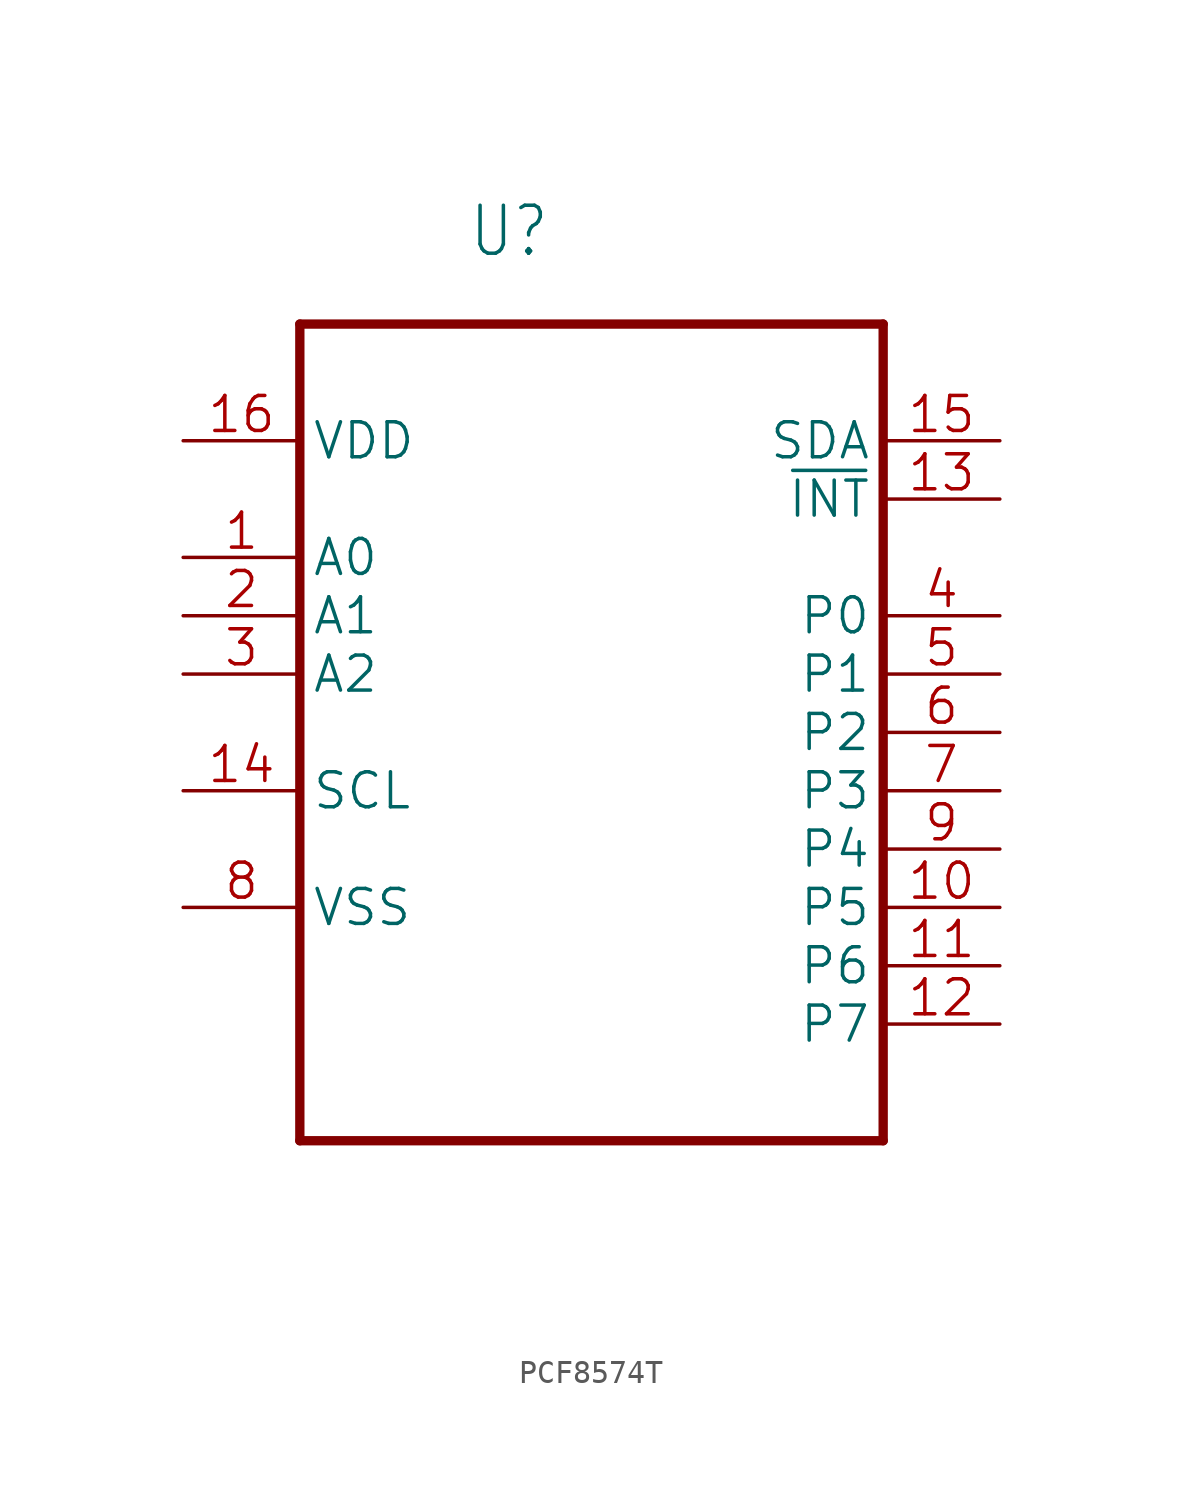
<source format=kicad_sym>
(kicad_symbol_lib
  (version 20241209)
  (generator "kicad_symbol_editor")
  (generator_version "9.0")
  (symbol "PCF8574T"
    (property "Reference" "U"
      (at -5.375 18.062 0)
      (effects (font (size 2.089 1.776)) (justify left bottom)))
    (property "Value" ""
      (at -4.149 -24.842 0)
      (effects (font (size 2.087 1.774)) (justify left bottom)))
    (property "ki_locked" ""
      (at 0 0 0)
      (effects (font (size 1.27 1.27))))
    (symbol "PCF8574T_1_0"
      (polyline (pts (xy -12.7 15.24) (xy -12.7 -20.32)) (stroke (width 0.406) (type solid)) (fill (type none)))
      (polyline (pts (xy -12.7 -20.32) (xy 12.7 -20.32)) (stroke (width 0.406) (type solid)) (fill (type none)))
      (polyline (pts (xy 12.7 15.24) (xy -12.7 15.24)) (stroke (width 0.406) (type solid)) (fill (type none)))
      (polyline (pts (xy 12.7 -20.32) (xy 12.7 15.24)) (stroke (width 0.406) (type solid)) (fill (type none)))
      (pin power_in line (at -17.78 10.16 0) (length 5.08) (name "VDD" (effects (font (size 1.524 1.524)))) (number "16" (effects (font (size 1.524 1.524)))))
      (pin input line (at -17.78 5.08 0) (length 5.08) (name "A0" (effects (font (size 1.524 1.524)))) (number "1" (effects (font (size 1.524 1.524)))))
      (pin input line (at -17.78 2.54 0) (length 5.08) (name "A1" (effects (font (size 1.524 1.524)))) (number "2" (effects (font (size 1.524 1.524)))))
      (pin input line (at -17.78 0 0) (length 5.08) (name "A2" (effects (font (size 1.524 1.524)))) (number "3" (effects (font (size 1.524 1.524)))))
      (pin input line (at -17.78 -5.08 0) (length 5.08) (name "SCL" (effects (font (size 1.524 1.524)))) (number "14" (effects (font (size 1.524 1.524)))))
      (pin passive line (at -17.78 -10.16 0) (length 5.08) (name "VSS" (effects (font (size 1.524 1.524)))) (number "8" (effects (font (size 1.524 1.524)))))
      (pin bidirectional line (at 17.78 10.16 180) (length 5.08) (name "SDA" (effects (font (size 1.524 1.524)))) (number "15" (effects (font (size 1.524 1.524)))))
      (pin output line (at 17.78 7.62 180) (length 5.08) (name "~{INT}" (effects (font (size 1.524 1.524)))) (number "13" (effects (font (size 1.524 1.524)))))
      (pin bidirectional line (at 17.78 2.54 180) (length 5.08) (name "P0" (effects (font (size 1.524 1.524)))) (number "4" (effects (font (size 1.524 1.524)))))
      (pin bidirectional line (at 17.78 0 180) (length 5.08) (name "P1" (effects (font (size 1.524 1.524)))) (number "5" (effects (font (size 1.524 1.524)))))
      (pin bidirectional line (at 17.78 -2.54 180) (length 5.08) (name "P2" (effects (font (size 1.524 1.524)))) (number "6" (effects (font (size 1.524 1.524)))))
      (pin bidirectional line (at 17.78 -5.08 180) (length 5.08) (name "P3" (effects (font (size 1.524 1.524)))) (number "7" (effects (font (size 1.524 1.524)))))
      (pin bidirectional line (at 17.78 -7.62 180) (length 5.08) (name "P4" (effects (font (size 1.524 1.524)))) (number "9" (effects (font (size 1.524 1.524)))))
      (pin bidirectional line (at 17.78 -10.16 180) (length 5.08) (name "P5" (effects (font (size 1.524 1.524)))) (number "10" (effects (font (size 1.524 1.524)))))
      (pin bidirectional line (at 17.78 -12.7 180) (length 5.08) (name "P6" (effects (font (size 1.524 1.524)))) (number "11" (effects (font (size 1.524 1.524)))))
      (pin bidirectional line (at 17.78 -15.24 180) (length 5.08) (name "P7" (effects (font (size 1.524 1.524)))) (number "12" (effects (font (size 1.524 1.524))))))))
</source>
